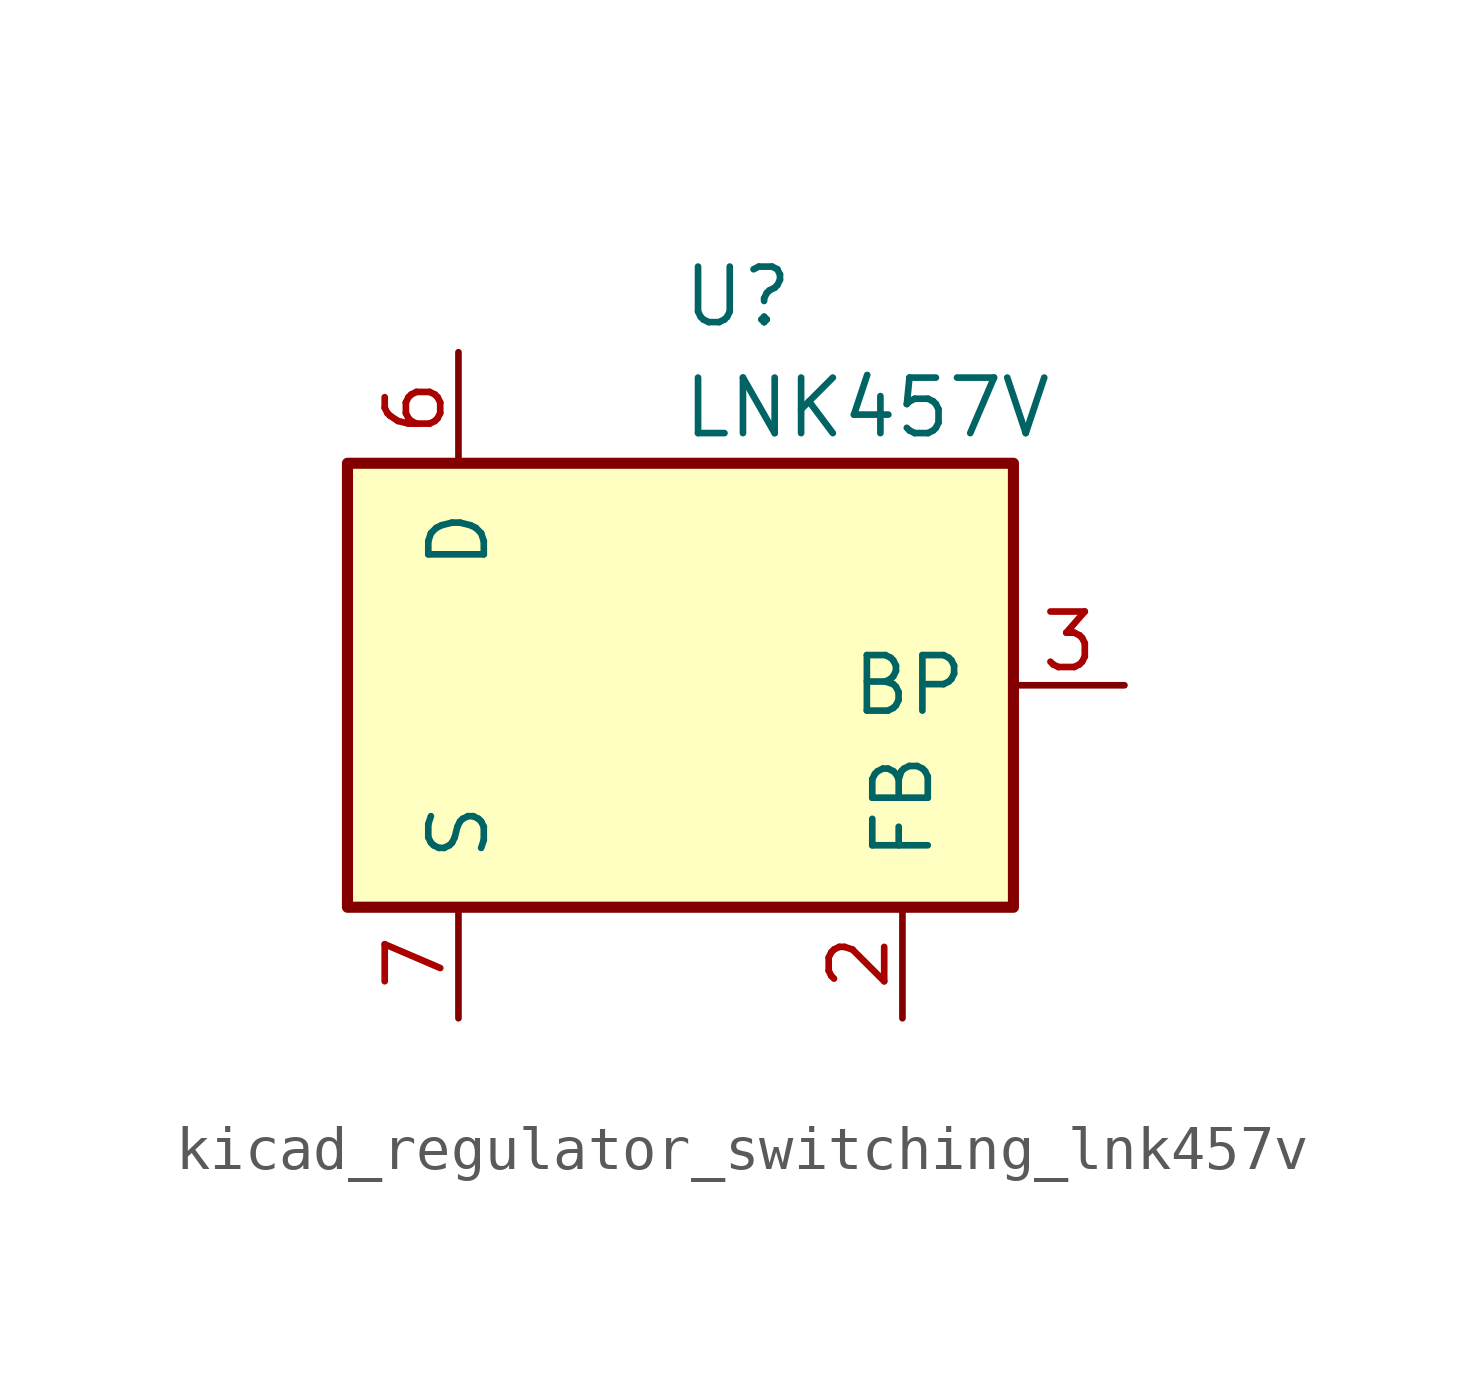
<source format=kicad_sym>
(kicad_symbol_lib
  (version 20220914)
  (generator kicad_symbol_editor)
  (symbol "kicad_regulator_switching_lnk457v"
    (pin_names
      (offset 1.016))
    (property "Reference" "U"
      (at 0 8.89 0)
      (effects (font (size 1.27 1.27)) (justify left)))
    (property "Value" "LNK457V"
      (at 0 6.35 0)
      (effects (font (size 1.27 1.27)) (justify left)))
    (symbol "kicad_regulator_switching_lnk457v_0_1"
      (rectangle (start -7.62 5.08) (end 7.62 -5.08) (stroke (width 0.254) (type default)) (fill (type background))))
    (symbol "kicad_regulator_switching_lnk457v_1_1"
      (pin no_connect line (at -2.54 5.08 270) (length 2.54) hide (name "NC" (effects (font (size 1.27 1.27)))) (number "1" (effects (font (size 1.27 1.27)))))
      (pin passive line (at -5.08 -7.62 90) (length 2.54) hide (name "S" (effects (font (size 1.27 1.27)))) (number "10" (effects (font (size 1.27 1.27)))))
      (pin passive line (at -5.08 -7.62 90) (length 2.54) hide (name "S" (effects (font (size 1.27 1.27)))) (number "11" (effects (font (size 1.27 1.27)))))
      (pin passive line (at -5.08 -7.62 90) (length 2.54) hide (name "S" (effects (font (size 1.27 1.27)))) (number "12" (effects (font (size 1.27 1.27)))))
      (pin input line (at 5.08 -7.62 90) (length 2.54) (name "FB" (effects (font (size 1.27 1.27)))) (number "2" (effects (font (size 1.27 1.27)))))
      (pin input line (at 10.16 0 180) (length 2.54) (name "BP" (effects (font (size 1.27 1.27)))) (number "3" (effects (font (size 1.27 1.27)))))
      (pin no_connect line (at 0 5.08 270) (length 2.54) hide (name "NC" (effects (font (size 1.27 1.27)))) (number "4" (effects (font (size 1.27 1.27)))))
      (pin open_collector line (at -5.08 7.62 270) (length 2.54) (name "D" (effects (font (size 1.27 1.27)))) (number "6" (effects (font (size 1.27 1.27)))))
      (pin power_in line (at -5.08 -7.62 90) (length 2.54) (name "S" (effects (font (size 1.27 1.27)))) (number "7" (effects (font (size 1.27 1.27)))))
      (pin passive line (at -5.08 -7.62 90) (length 2.54) hide (name "S" (effects (font (size 1.27 1.27)))) (number "8" (effects (font (size 1.27 1.27)))))
      (pin passive line (at -5.08 -7.62 90) (length 2.54) hide (name "S" (effects (font (size 1.27 1.27)))) (number "9" (effects (font (size 1.27 1.27))))))))
</source>
